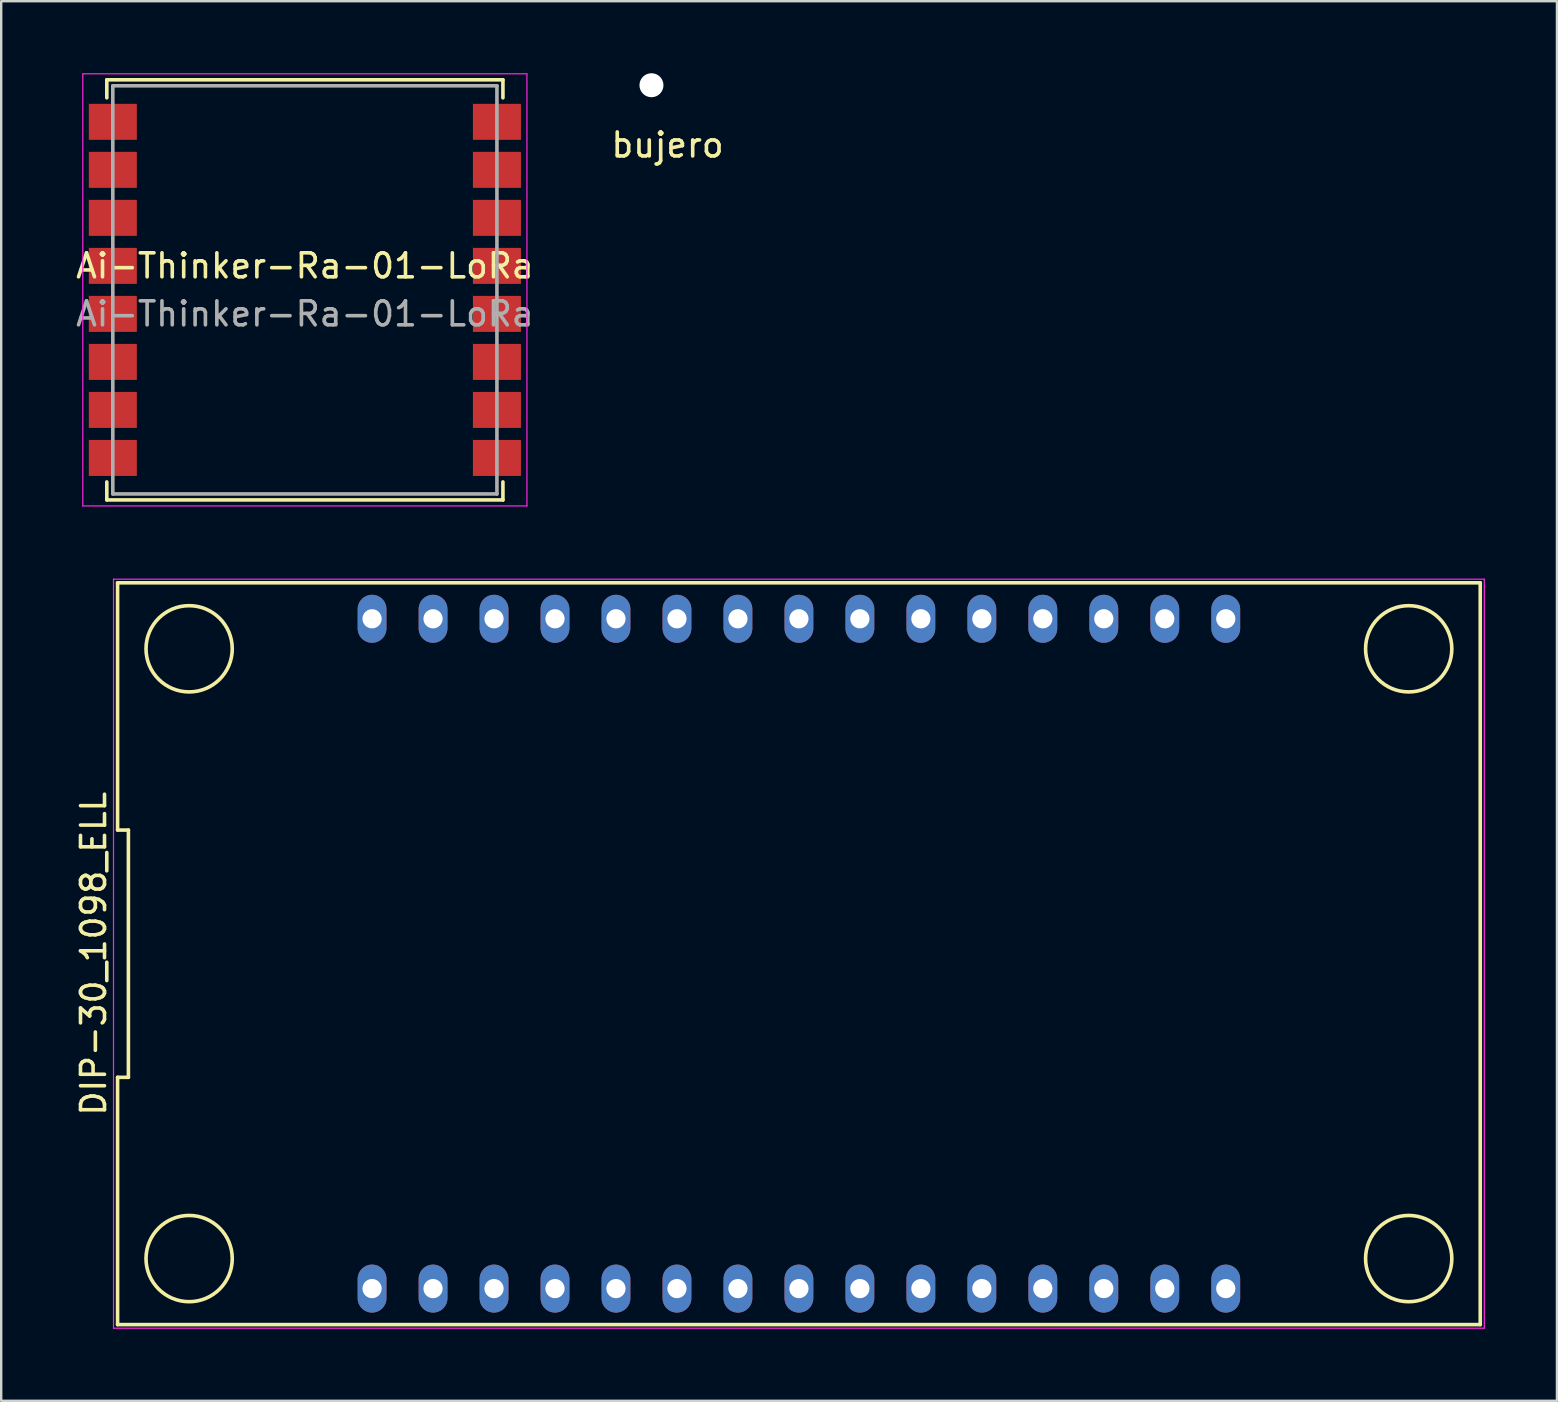
<source format=kicad_pcb>
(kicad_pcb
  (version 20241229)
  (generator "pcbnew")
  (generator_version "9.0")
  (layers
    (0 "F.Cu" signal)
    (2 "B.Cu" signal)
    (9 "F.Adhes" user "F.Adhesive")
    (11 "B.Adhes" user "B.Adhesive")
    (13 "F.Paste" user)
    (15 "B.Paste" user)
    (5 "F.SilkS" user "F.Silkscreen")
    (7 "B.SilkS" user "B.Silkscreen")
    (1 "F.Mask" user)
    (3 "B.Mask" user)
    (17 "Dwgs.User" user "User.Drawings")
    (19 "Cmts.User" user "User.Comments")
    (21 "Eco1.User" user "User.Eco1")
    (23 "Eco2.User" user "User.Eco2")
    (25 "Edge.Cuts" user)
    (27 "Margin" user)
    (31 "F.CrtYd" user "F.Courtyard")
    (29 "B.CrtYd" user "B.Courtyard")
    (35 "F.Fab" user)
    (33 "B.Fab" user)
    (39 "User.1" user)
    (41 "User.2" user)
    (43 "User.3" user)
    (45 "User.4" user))
  (footprint "DIP-30_1098_ELL"
    (layer "F.Cu")
    (at 30.228 36.675)
    (property "Reference" "DIP-30_1098_ELL" (at -29.38 0 90) (layer "F.SilkS") (effects (font (size 1 1) (thickness 0.15))))
    (attr through_hole)
    (fp_line (start -28.38 -15.45) (end -28.38 -5.15) (stroke (width 0.15) (type solid)) (layer "F.SilkS"))
    (fp_line (start -28.38 -5.15) (end -27.93 -5.15) (stroke (width 0.15) (type solid)) (layer "F.SilkS"))
    (fp_line (start -28.38 5.15) (end -28.38 15.45) (stroke (width 0.15) (type solid)) (layer "F.SilkS"))
    (fp_line (start -28.38 15.45) (end 28.38 15.45) (stroke (width 0.15) (type solid)) (layer "F.SilkS"))
    (fp_line (start -27.93 -5.15) (end -27.93 5.15) (stroke (width 0.15) (type solid)) (layer "F.SilkS"))
    (fp_line (start -27.93 5.15) (end -28.38 5.15) (stroke (width 0.15) (type solid)) (layer "F.SilkS"))
    (fp_line (start 28.38 -15.45) (end -28.38 -15.45) (stroke (width 0.15) (type solid)) (layer "F.SilkS"))
    (fp_line (start 28.38 15.45) (end 28.38 -15.45) (stroke (width 0.15) (type solid)) (layer "F.SilkS"))
    (fp_circle (center -25.4 -12.7) (end -26.67 -13.97) (stroke (width 0.15) (type solid)) (fill no) (layer "F.SilkS"))
    (fp_circle (center -25.4 12.7) (end -26.67 13.97) (stroke (width 0.15) (type solid)) (fill no) (layer "F.SilkS"))
    (fp_circle (center 25.4 -12.7) (end 26.67 -13.97) (stroke (width 0.15) (type solid)) (fill no) (layer "F.SilkS"))
    (fp_circle (center 25.4 12.7) (end 26.67 13.97) (stroke (width 0.15) (type solid)) (fill no) (layer "F.SilkS"))
    (fp_line (start -28.55 -15.6) (end 28.55 -15.6) (stroke (width 0.05) (type solid)) (layer "F.CrtYd"))
    (fp_line (start -28.55 15.6) (end -28.55 -15.6) (stroke (width 0.05) (type solid)) (layer "F.CrtYd"))
    (fp_line (start 28.55 -15.6) (end 28.55 15.6) (stroke (width 0.05) (type solid)) (layer "F.CrtYd"))
    (fp_line (start 28.55 15.6) (end -28.55 15.6) (stroke (width 0.05) (type solid)) (layer "F.CrtYd"))
    (pad "1" thru_hole oval (at -17.78 13.95) (size 1.2 2) (drill 0.8) (layers "*.Cu" "*.Mask"))
    (pad "2" thru_hole oval (at -15.24 13.95) (size 1.2 2) (drill 0.8) (layers "*.Cu" "*.Mask"))
    (pad "3" thru_hole oval (at -12.7 13.95) (size 1.2 2) (drill 0.8) (layers "*.Cu" "*.Mask"))
    (pad "4" thru_hole oval (at -10.16 13.95) (size 1.2 2) (drill 0.8) (layers "*.Cu" "*.Mask"))
    (pad "5" thru_hole oval (at -7.62 13.95) (size 1.2 2) (drill 0.8) (layers "*.Cu" "*.Mask"))
    (pad "6" thru_hole oval (at -5.08 13.95) (size 1.2 2) (drill 0.8) (layers "*.Cu" "*.Mask"))
    (pad "7" thru_hole oval (at -2.54 13.95) (size 1.2 2) (drill 0.8) (layers "*.Cu" "*.Mask"))
    (pad "8" thru_hole oval (at 0 13.95) (size 1.2 2) (drill 0.8) (layers "*.Cu" "*.Mask"))
    (pad "9" thru_hole oval (at 2.54 13.95) (size 1.2 2) (drill 0.8) (layers "*.Cu" "*.Mask"))
    (pad "10" thru_hole oval (at 5.08 13.95) (size 1.2 2) (drill 0.8) (layers "*.Cu" "*.Mask"))
    (pad "11" thru_hole oval (at 7.62 13.95) (size 1.2 2) (drill 0.8) (layers "*.Cu" "*.Mask"))
    (pad "12" thru_hole oval (at 10.16 13.95) (size 1.2 2) (drill 0.8) (layers "*.Cu" "*.Mask"))
    (pad "13" thru_hole oval (at 12.7 13.95) (size 1.2 2) (drill 0.8) (layers "*.Cu" "*.Mask"))
    (pad "14" thru_hole oval (at 15.24 13.95) (size 1.2 2) (drill 0.8) (layers "*.Cu" "*.Mask"))
    (pad "15" thru_hole oval (at 17.78 13.95) (size 1.2 2) (drill 0.8) (layers "*.Cu" "*.Mask"))
    (pad "16" thru_hole oval (at 17.78 -13.95) (size 1.2 2) (drill 0.8) (layers "*.Cu" "*.Mask"))
    (pad "17" thru_hole oval (at 15.24 -13.95) (size 1.2 2) (drill 0.8) (layers "*.Cu" "*.Mask"))
    (pad "18" thru_hole oval (at 12.7 -13.95) (size 1.2 2) (drill 0.8) (layers "*.Cu" "*.Mask"))
    (pad "19" thru_hole oval (at 10.16 -13.95) (size 1.2 2) (drill 0.8) (layers "*.Cu" "*.Mask"))
    (pad "20" thru_hole oval (at 7.62 -13.95) (size 1.2 2) (drill 0.8) (layers "*.Cu" "*.Mask"))
    (pad "21" thru_hole oval (at 5.08 -13.95) (size 1.2 2) (drill 0.8) (layers "*.Cu" "*.Mask"))
    (pad "22" thru_hole oval (at 2.54 -13.95) (size 1.2 2) (drill 0.8) (layers "*.Cu" "*.Mask"))
    (pad "23" thru_hole oval (at 0 -13.95) (size 1.2 2) (drill 0.8) (layers "*.Cu" "*.Mask"))
    (pad "24" thru_hole oval (at -2.54 -13.95) (size 1.2 2) (drill 0.8) (layers "*.Cu" "*.Mask"))
    (pad "25" thru_hole oval (at -5.08 -13.95) (size 1.2 2) (drill 0.8) (layers "*.Cu" "*.Mask"))
    (pad "26" thru_hole oval (at -7.62 -13.95) (size 1.2 2) (drill 0.8) (layers "*.Cu" "*.Mask"))
    (pad "27" thru_hole oval (at -10.16 -13.95) (size 1.2 2) (drill 0.8) (layers "*.Cu" "*.Mask"))
    (pad "28" thru_hole oval (at -12.7 -13.95) (size 1.2 2) (drill 0.8) (layers "*.Cu" "*.Mask"))
    (pad "29" thru_hole oval (at -15.24 -13.95) (size 1.2 2) (drill 0.8) (layers "*.Cu" "*.Mask"))
    (pad "30" thru_hole oval (at -17.78 -13.95) (size 1.2 2) (drill 0.8) (layers "*.Cu" "*.Mask")))
  (footprint "Ai-Thinker-Ra-01-LoRa"
    (layer "F.Cu")
    (at 9.649 9.025)
    (property "Reference" "Ai-Thinker-Ra-01-LoRa" (at 0 -1 0) (layer "F.SilkS") (effects (font (size 1 1) (thickness 0.15))))
    (attr smd)
    (fp_line (start -8.25 -8.75) (end 8.25 -8.75) (stroke (width 0.15) (type solid)) (layer "F.SilkS"))
    (fp_line (start -8.25 -8) (end -8.25 -8.75) (stroke (width 0.15) (type solid)) (layer "F.SilkS"))
    (fp_line (start -8.25 8) (end -8.25 8.75) (stroke (width 0.15) (type solid)) (layer "F.SilkS"))
    (fp_line (start -8.25 8.75) (end 8.25 8.75) (stroke (width 0.15) (type solid)) (layer "F.SilkS"))
    (fp_line (start 8.25 -8.75) (end 8.25 -8) (stroke (width 0.15) (type solid)) (layer "F.SilkS"))
    (fp_line (start 8.25 8.75) (end 8.25 8) (stroke (width 0.15) (type solid)) (layer "F.SilkS"))
    (fp_line (start -9.25 -9) (end 9.25 -9) (stroke (width 0.05) (type solid)) (layer "F.CrtYd"))
    (fp_line (start -9.25 9) (end -9.25 -9) (stroke (width 0.05) (type solid)) (layer "F.CrtYd"))
    (fp_line (start 9.25 -9) (end 9.25 9) (stroke (width 0.05) (type solid)) (layer "F.CrtYd"))
    (fp_line (start 9.25 9) (end -9.25 9) (stroke (width 0.05) (type solid)) (layer "F.CrtYd"))
    (fp_line (start -8 -8.5) (end 8 -8.5) (stroke (width 0.15) (type solid)) (layer "F.Fab"))
    (fp_line (start -8 8.5) (end -8 -8.5) (stroke (width 0.15) (type solid)) (layer "F.Fab"))
    (fp_line (start 8 -8.5) (end 8 8.5) (stroke (width 0.15) (type solid)) (layer "F.Fab"))
    (fp_line (start 8 8.5) (end -8 8.5) (stroke (width 0.15) (type solid)) (layer "F.Fab"))
    (fp_text user "${REFERENCE}" (at 0 1 0) (layer "F.Fab") (effects (font (size 1 1) (thickness 0.15))))
    (pad "1" smd rect (at -8 -7) (size 2 1.5) (layers "F.Cu" "F.Mask" "F.Paste"))
    (pad "2" smd rect (at -8 -5) (size 2 1.5) (layers "F.Cu" "F.Mask" "F.Paste"))
    (pad "3" smd rect (at -8 -3) (size 2 1.5) (layers "F.Cu" "F.Mask" "F.Paste"))
    (pad "4" smd rect (at -8 -1) (size 2 1.5) (layers "F.Cu" "F.Mask" "F.Paste"))
    (pad "5" smd rect (at -8 1) (size 2 1.5) (layers "F.Cu" "F.Mask" "F.Paste"))
    (pad "6" smd rect (at -8 3) (size 2 1.5) (layers "F.Cu" "F.Mask" "F.Paste"))
    (pad "7" smd rect (at -8 5) (size 2 1.5) (layers "F.Cu" "F.Mask" "F.Paste"))
    (pad "8" smd rect (at -8 7) (size 2 1.5) (layers "F.Cu" "F.Mask" "F.Paste"))
    (pad "9" smd rect (at 8 7) (size 2 1.5) (layers "F.Cu" "F.Mask" "F.Paste"))
    (pad "10" smd rect (at 8 5) (size 2 1.5) (layers "F.Cu" "F.Mask" "F.Paste"))
    (pad "11" smd rect (at 8 3) (size 2 1.5) (layers "F.Cu" "F.Mask" "F.Paste"))
    (pad "12" smd rect (at 8 1) (size 2 1.5) (layers "F.Cu" "F.Mask" "F.Paste"))
    (pad "13" smd rect (at 8 -1) (size 2 1.5) (layers "F.Cu" "F.Mask" "F.Paste"))
    (pad "14" smd rect (at 8 -3) (size 2 1.5) (layers "F.Cu" "F.Mask" "F.Paste"))
    (pad "15" smd rect (at 8 -5) (size 2 1.5) (layers "F.Cu" "F.Mask" "F.Paste"))
    (pad "16" smd rect (at 8 -7) (size 2 1.5) (layers "F.Cu" "F.Mask" "F.Paste")))
  (footprint "bujero"
    (layer "F.Cu")
    (at 24.756 2.49)
    (property "Reference" "bujero" (at 0 0.5 0) (layer "F.SilkS") (effects (font (size 1 1) (thickness 0.15))))
    (attr through_hole)
    (pad "" np_thru_hole circle (at -0.67 -1.99) (size 1 1) (drill 1) (layers "*.Cu" "*.Mask")))
  (gr_rect
    (start -3 -3)
    (end 61.803 55.3)
    (stroke (width 0.1) (type default))
    (fill no)
    (layer "Edge.Cuts")))
</source>
